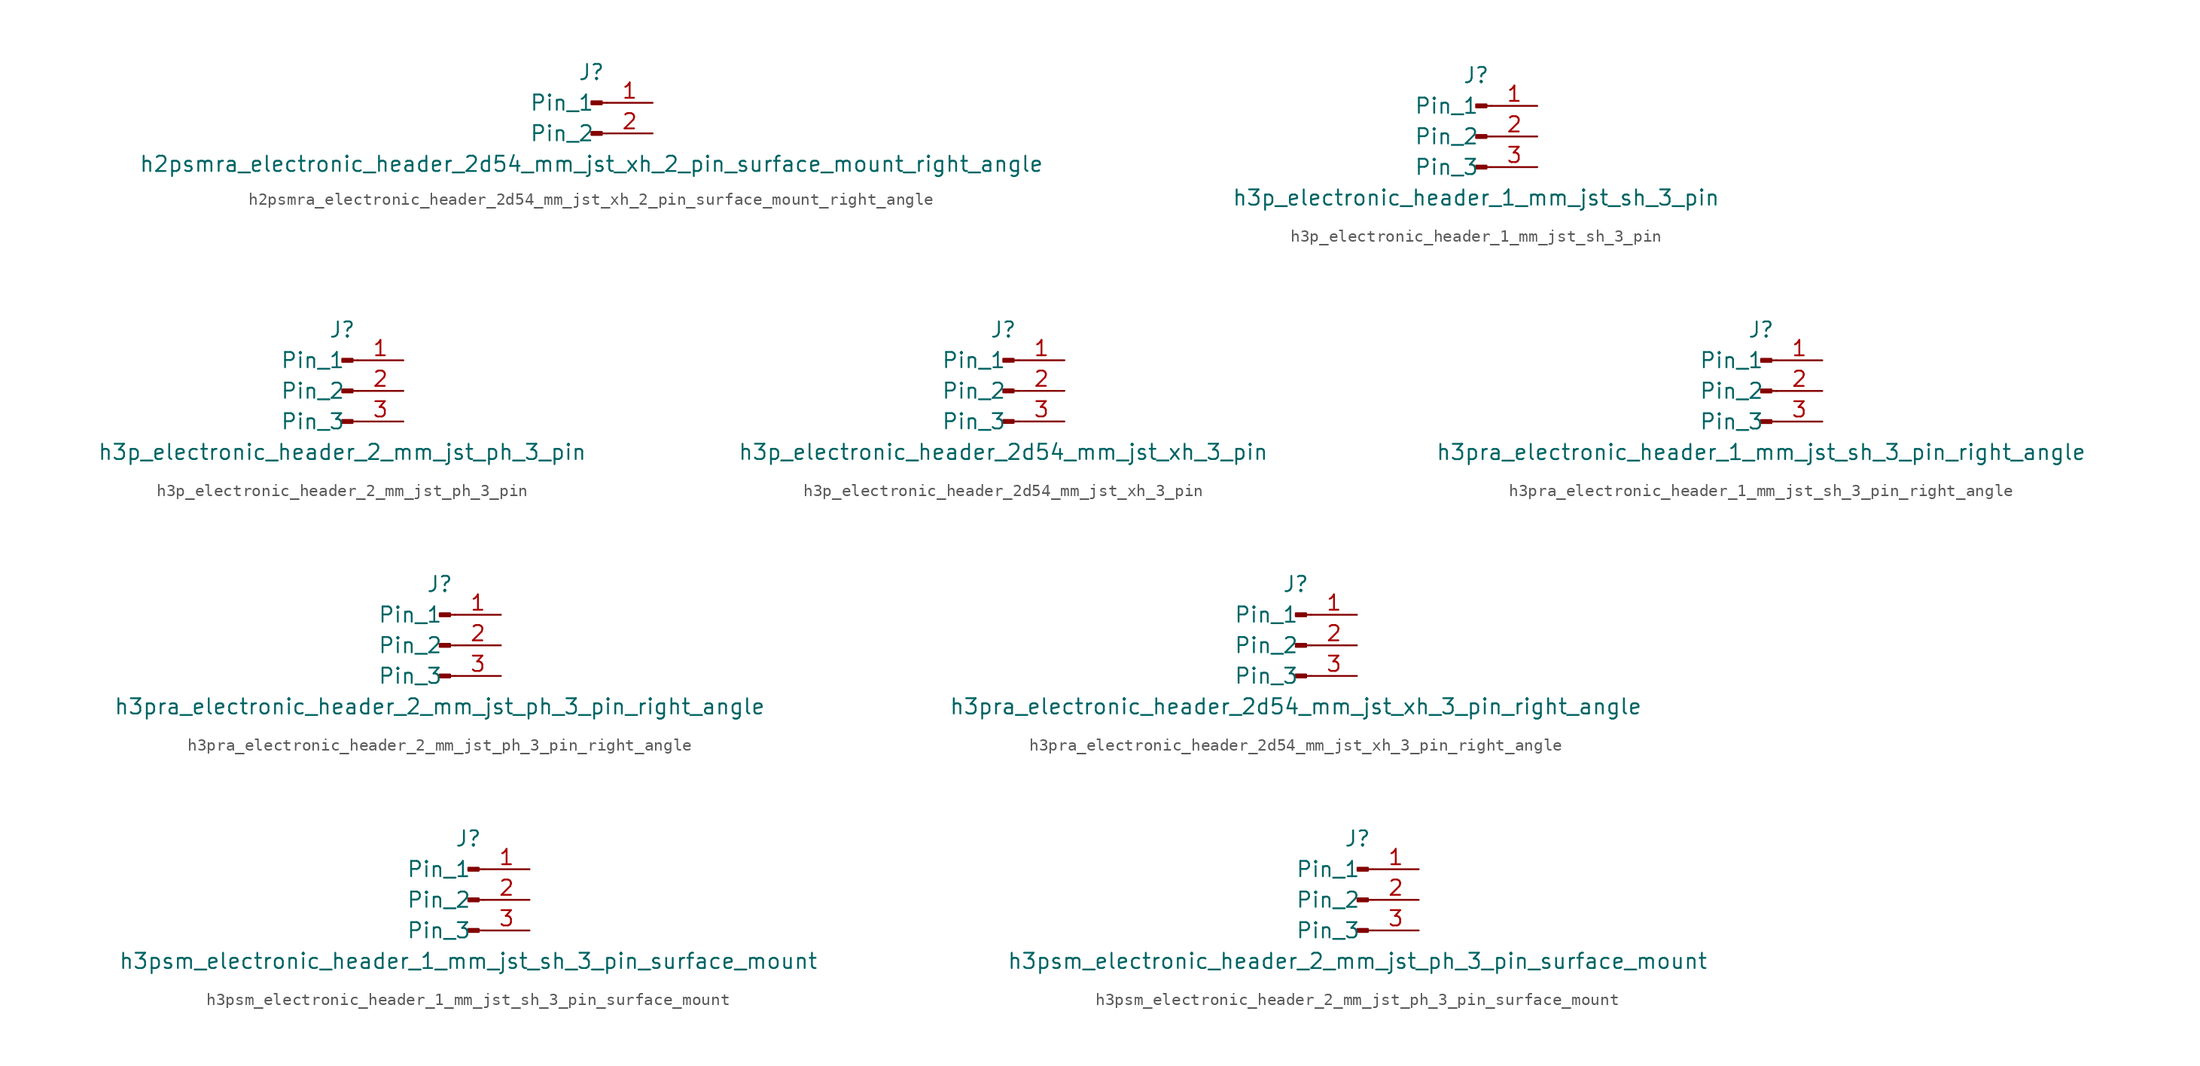
<source format=kicad_sym>
(kicad_symbol_lib
  (version 20220914)
  (generator kicad_symbol_editor)
  (symbol "h2psmra_electronic_header_2d54_mm_jst_xh_2_pin_surface_mount_right_angle"
    (pin_names
      (offset 1.016))
    (property "Reference" "J"
      (at 0 2.54 0)
      (effects (font (size 1.27 1.27))))
    (property "Value" "h2psmra_electronic_header_2d54_mm_jst_xh_2_pin_surface_mount_right_angle"
      (at 0 -5.08 0)
      (effects (font (size 1.27 1.27))))
    (property "ki_locked" ""
      (at 0 0 0)
      (effects (font (size 1.27 1.27))))
    (symbol "h2psmra_electronic_header_2d54_mm_jst_xh_2_pin_surface_mount_right_angle_1_1"
      (polyline (pts (xy 1.27 -2.54) (xy 0.864 -2.54)) (stroke (width 0.152) (type default)) (fill (type none)))
      (polyline (pts (xy 1.27 0) (xy 0.864 0)) (stroke (width 0.152) (type default)) (fill (type none)))
      (rectangle (start 0.864 -2.413) (end 0 -2.667) (stroke (width 0.152) (type default)) (fill (type outline)))
      (rectangle (start 0.864 0.127) (end 0 -0.127) (stroke (width 0.152) (type default)) (fill (type outline)))
      (pin passive line (at 5.08 0 180) (length 3.81) (name "Pin_1" (effects (font (size 1.27 1.27)))) (number "1" (effects (font (size 1.27 1.27)))))
      (pin passive line (at 5.08 -2.54 180) (length 3.81) (name "Pin_2" (effects (font (size 1.27 1.27)))) (number "2" (effects (font (size 1.27 1.27)))))))
  (symbol "h3p_electronic_header_1_mm_jst_sh_3_pin"
    (pin_names
      (offset 1.016))
    (property "Reference" "J"
      (at 0 5.08 0)
      (effects (font (size 1.27 1.27))))
    (property "Value" "h3p_electronic_header_1_mm_jst_sh_3_pin"
      (at 0 -5.08 0)
      (effects (font (size 1.27 1.27))))
    (property "ki_locked" ""
      (at 0 0 0)
      (effects (font (size 1.27 1.27))))
    (symbol "h3p_electronic_header_1_mm_jst_sh_3_pin_1_1"
      (polyline (pts (xy 1.27 -2.54) (xy 0.864 -2.54)) (stroke (width 0.152) (type default)) (fill (type none)))
      (polyline (pts (xy 1.27 0) (xy 0.864 0)) (stroke (width 0.152) (type default)) (fill (type none)))
      (polyline (pts (xy 1.27 2.54) (xy 0.864 2.54)) (stroke (width 0.152) (type default)) (fill (type none)))
      (rectangle (start 0.864 -2.413) (end 0 -2.667) (stroke (width 0.152) (type default)) (fill (type outline)))
      (rectangle (start 0.864 0.127) (end 0 -0.127) (stroke (width 0.152) (type default)) (fill (type outline)))
      (rectangle (start 0.864 2.667) (end 0 2.413) (stroke (width 0.152) (type default)) (fill (type outline)))
      (pin passive line (at 5.08 2.54 180) (length 3.81) (name "Pin_1" (effects (font (size 1.27 1.27)))) (number "1" (effects (font (size 1.27 1.27)))))
      (pin passive line (at 5.08 0 180) (length 3.81) (name "Pin_2" (effects (font (size 1.27 1.27)))) (number "2" (effects (font (size 1.27 1.27)))))
      (pin passive line (at 5.08 -2.54 180) (length 3.81) (name "Pin_3" (effects (font (size 1.27 1.27)))) (number "3" (effects (font (size 1.27 1.27)))))))
  (symbol "h3p_electronic_header_2_mm_jst_ph_3_pin"
    (pin_names
      (offset 1.016))
    (property "Reference" "J"
      (at 0 5.08 0)
      (effects (font (size 1.27 1.27))))
    (property "Value" "h3p_electronic_header_2_mm_jst_ph_3_pin"
      (at 0 -5.08 0)
      (effects (font (size 1.27 1.27))))
    (property "ki_locked" ""
      (at 0 0 0)
      (effects (font (size 1.27 1.27))))
    (symbol "h3p_electronic_header_2_mm_jst_ph_3_pin_1_1"
      (polyline (pts (xy 1.27 -2.54) (xy 0.864 -2.54)) (stroke (width 0.152) (type default)) (fill (type none)))
      (polyline (pts (xy 1.27 0) (xy 0.864 0)) (stroke (width 0.152) (type default)) (fill (type none)))
      (polyline (pts (xy 1.27 2.54) (xy 0.864 2.54)) (stroke (width 0.152) (type default)) (fill (type none)))
      (rectangle (start 0.864 -2.413) (end 0 -2.667) (stroke (width 0.152) (type default)) (fill (type outline)))
      (rectangle (start 0.864 0.127) (end 0 -0.127) (stroke (width 0.152) (type default)) (fill (type outline)))
      (rectangle (start 0.864 2.667) (end 0 2.413) (stroke (width 0.152) (type default)) (fill (type outline)))
      (pin passive line (at 5.08 2.54 180) (length 3.81) (name "Pin_1" (effects (font (size 1.27 1.27)))) (number "1" (effects (font (size 1.27 1.27)))))
      (pin passive line (at 5.08 0 180) (length 3.81) (name "Pin_2" (effects (font (size 1.27 1.27)))) (number "2" (effects (font (size 1.27 1.27)))))
      (pin passive line (at 5.08 -2.54 180) (length 3.81) (name "Pin_3" (effects (font (size 1.27 1.27)))) (number "3" (effects (font (size 1.27 1.27)))))))
  (symbol "h3p_electronic_header_2d54_mm_jst_xh_3_pin"
    (pin_names
      (offset 1.016))
    (property "Reference" "J"
      (at 0 5.08 0)
      (effects (font (size 1.27 1.27))))
    (property "Value" "h3p_electronic_header_2d54_mm_jst_xh_3_pin"
      (at 0 -5.08 0)
      (effects (font (size 1.27 1.27))))
    (property "ki_locked" ""
      (at 0 0 0)
      (effects (font (size 1.27 1.27))))
    (symbol "h3p_electronic_header_2d54_mm_jst_xh_3_pin_1_1"
      (polyline (pts (xy 1.27 -2.54) (xy 0.864 -2.54)) (stroke (width 0.152) (type default)) (fill (type none)))
      (polyline (pts (xy 1.27 0) (xy 0.864 0)) (stroke (width 0.152) (type default)) (fill (type none)))
      (polyline (pts (xy 1.27 2.54) (xy 0.864 2.54)) (stroke (width 0.152) (type default)) (fill (type none)))
      (rectangle (start 0.864 -2.413) (end 0 -2.667) (stroke (width 0.152) (type default)) (fill (type outline)))
      (rectangle (start 0.864 0.127) (end 0 -0.127) (stroke (width 0.152) (type default)) (fill (type outline)))
      (rectangle (start 0.864 2.667) (end 0 2.413) (stroke (width 0.152) (type default)) (fill (type outline)))
      (pin passive line (at 5.08 2.54 180) (length 3.81) (name "Pin_1" (effects (font (size 1.27 1.27)))) (number "1" (effects (font (size 1.27 1.27)))))
      (pin passive line (at 5.08 0 180) (length 3.81) (name "Pin_2" (effects (font (size 1.27 1.27)))) (number "2" (effects (font (size 1.27 1.27)))))
      (pin passive line (at 5.08 -2.54 180) (length 3.81) (name "Pin_3" (effects (font (size 1.27 1.27)))) (number "3" (effects (font (size 1.27 1.27)))))))
  (symbol "h3pra_electronic_header_1_mm_jst_sh_3_pin_right_angle"
    (pin_names
      (offset 1.016))
    (property "Reference" "J"
      (at 0 5.08 0)
      (effects (font (size 1.27 1.27))))
    (property "Value" "h3pra_electronic_header_1_mm_jst_sh_3_pin_right_angle"
      (at 0 -5.08 0)
      (effects (font (size 1.27 1.27))))
    (property "ki_locked" ""
      (at 0 0 0)
      (effects (font (size 1.27 1.27))))
    (symbol "h3pra_electronic_header_1_mm_jst_sh_3_pin_right_angle_1_1"
      (polyline (pts (xy 1.27 -2.54) (xy 0.864 -2.54)) (stroke (width 0.152) (type default)) (fill (type none)))
      (polyline (pts (xy 1.27 0) (xy 0.864 0)) (stroke (width 0.152) (type default)) (fill (type none)))
      (polyline (pts (xy 1.27 2.54) (xy 0.864 2.54)) (stroke (width 0.152) (type default)) (fill (type none)))
      (rectangle (start 0.864 -2.413) (end 0 -2.667) (stroke (width 0.152) (type default)) (fill (type outline)))
      (rectangle (start 0.864 0.127) (end 0 -0.127) (stroke (width 0.152) (type default)) (fill (type outline)))
      (rectangle (start 0.864 2.667) (end 0 2.413) (stroke (width 0.152) (type default)) (fill (type outline)))
      (pin passive line (at 5.08 2.54 180) (length 3.81) (name "Pin_1" (effects (font (size 1.27 1.27)))) (number "1" (effects (font (size 1.27 1.27)))))
      (pin passive line (at 5.08 0 180) (length 3.81) (name "Pin_2" (effects (font (size 1.27 1.27)))) (number "2" (effects (font (size 1.27 1.27)))))
      (pin passive line (at 5.08 -2.54 180) (length 3.81) (name "Pin_3" (effects (font (size 1.27 1.27)))) (number "3" (effects (font (size 1.27 1.27)))))))
  (symbol "h3pra_electronic_header_2_mm_jst_ph_3_pin_right_angle"
    (pin_names
      (offset 1.016))
    (property "Reference" "J"
      (at 0 5.08 0)
      (effects (font (size 1.27 1.27))))
    (property "Value" "h3pra_electronic_header_2_mm_jst_ph_3_pin_right_angle"
      (at 0 -5.08 0)
      (effects (font (size 1.27 1.27))))
    (property "ki_locked" ""
      (at 0 0 0)
      (effects (font (size 1.27 1.27))))
    (symbol "h3pra_electronic_header_2_mm_jst_ph_3_pin_right_angle_1_1"
      (polyline (pts (xy 1.27 -2.54) (xy 0.864 -2.54)) (stroke (width 0.152) (type default)) (fill (type none)))
      (polyline (pts (xy 1.27 0) (xy 0.864 0)) (stroke (width 0.152) (type default)) (fill (type none)))
      (polyline (pts (xy 1.27 2.54) (xy 0.864 2.54)) (stroke (width 0.152) (type default)) (fill (type none)))
      (rectangle (start 0.864 -2.413) (end 0 -2.667) (stroke (width 0.152) (type default)) (fill (type outline)))
      (rectangle (start 0.864 0.127) (end 0 -0.127) (stroke (width 0.152) (type default)) (fill (type outline)))
      (rectangle (start 0.864 2.667) (end 0 2.413) (stroke (width 0.152) (type default)) (fill (type outline)))
      (pin passive line (at 5.08 2.54 180) (length 3.81) (name "Pin_1" (effects (font (size 1.27 1.27)))) (number "1" (effects (font (size 1.27 1.27)))))
      (pin passive line (at 5.08 0 180) (length 3.81) (name "Pin_2" (effects (font (size 1.27 1.27)))) (number "2" (effects (font (size 1.27 1.27)))))
      (pin passive line (at 5.08 -2.54 180) (length 3.81) (name "Pin_3" (effects (font (size 1.27 1.27)))) (number "3" (effects (font (size 1.27 1.27)))))))
  (symbol "h3pra_electronic_header_2d54_mm_jst_xh_3_pin_right_angle"
    (pin_names
      (offset 1.016))
    (property "Reference" "J"
      (at 0 5.08 0)
      (effects (font (size 1.27 1.27))))
    (property "Value" "h3pra_electronic_header_2d54_mm_jst_xh_3_pin_right_angle"
      (at 0 -5.08 0)
      (effects (font (size 1.27 1.27))))
    (property "ki_locked" ""
      (at 0 0 0)
      (effects (font (size 1.27 1.27))))
    (symbol "h3pra_electronic_header_2d54_mm_jst_xh_3_pin_right_angle_1_1"
      (polyline (pts (xy 1.27 -2.54) (xy 0.864 -2.54)) (stroke (width 0.152) (type default)) (fill (type none)))
      (polyline (pts (xy 1.27 0) (xy 0.864 0)) (stroke (width 0.152) (type default)) (fill (type none)))
      (polyline (pts (xy 1.27 2.54) (xy 0.864 2.54)) (stroke (width 0.152) (type default)) (fill (type none)))
      (rectangle (start 0.864 -2.413) (end 0 -2.667) (stroke (width 0.152) (type default)) (fill (type outline)))
      (rectangle (start 0.864 0.127) (end 0 -0.127) (stroke (width 0.152) (type default)) (fill (type outline)))
      (rectangle (start 0.864 2.667) (end 0 2.413) (stroke (width 0.152) (type default)) (fill (type outline)))
      (pin passive line (at 5.08 2.54 180) (length 3.81) (name "Pin_1" (effects (font (size 1.27 1.27)))) (number "1" (effects (font (size 1.27 1.27)))))
      (pin passive line (at 5.08 0 180) (length 3.81) (name "Pin_2" (effects (font (size 1.27 1.27)))) (number "2" (effects (font (size 1.27 1.27)))))
      (pin passive line (at 5.08 -2.54 180) (length 3.81) (name "Pin_3" (effects (font (size 1.27 1.27)))) (number "3" (effects (font (size 1.27 1.27)))))))
  (symbol "h3psm_electronic_header_1_mm_jst_sh_3_pin_surface_mount"
    (pin_names
      (offset 1.016))
    (property "Reference" "J"
      (at 0 5.08 0)
      (effects (font (size 1.27 1.27))))
    (property "Value" "h3psm_electronic_header_1_mm_jst_sh_3_pin_surface_mount"
      (at 0 -5.08 0)
      (effects (font (size 1.27 1.27))))
    (property "ki_locked" ""
      (at 0 0 0)
      (effects (font (size 1.27 1.27))))
    (symbol "h3psm_electronic_header_1_mm_jst_sh_3_pin_surface_mount_1_1"
      (polyline (pts (xy 1.27 -2.54) (xy 0.864 -2.54)) (stroke (width 0.152) (type default)) (fill (type none)))
      (polyline (pts (xy 1.27 0) (xy 0.864 0)) (stroke (width 0.152) (type default)) (fill (type none)))
      (polyline (pts (xy 1.27 2.54) (xy 0.864 2.54)) (stroke (width 0.152) (type default)) (fill (type none)))
      (rectangle (start 0.864 -2.413) (end 0 -2.667) (stroke (width 0.152) (type default)) (fill (type outline)))
      (rectangle (start 0.864 0.127) (end 0 -0.127) (stroke (width 0.152) (type default)) (fill (type outline)))
      (rectangle (start 0.864 2.667) (end 0 2.413) (stroke (width 0.152) (type default)) (fill (type outline)))
      (pin passive line (at 5.08 2.54 180) (length 3.81) (name "Pin_1" (effects (font (size 1.27 1.27)))) (number "1" (effects (font (size 1.27 1.27)))))
      (pin passive line (at 5.08 0 180) (length 3.81) (name "Pin_2" (effects (font (size 1.27 1.27)))) (number "2" (effects (font (size 1.27 1.27)))))
      (pin passive line (at 5.08 -2.54 180) (length 3.81) (name "Pin_3" (effects (font (size 1.27 1.27)))) (number "3" (effects (font (size 1.27 1.27)))))))
  (symbol "h3psm_electronic_header_2_mm_jst_ph_3_pin_surface_mount"
    (pin_names
      (offset 1.016))
    (property "Reference" "J"
      (at 0 5.08 0)
      (effects (font (size 1.27 1.27))))
    (property "Value" "h3psm_electronic_header_2_mm_jst_ph_3_pin_surface_mount"
      (at 0 -5.08 0)
      (effects (font (size 1.27 1.27))))
    (property "ki_locked" ""
      (at 0 0 0)
      (effects (font (size 1.27 1.27))))
    (symbol "h3psm_electronic_header_2_mm_jst_ph_3_pin_surface_mount_1_1"
      (polyline (pts (xy 1.27 -2.54) (xy 0.864 -2.54)) (stroke (width 0.152) (type default)) (fill (type none)))
      (polyline (pts (xy 1.27 0) (xy 0.864 0)) (stroke (width 0.152) (type default)) (fill (type none)))
      (polyline (pts (xy 1.27 2.54) (xy 0.864 2.54)) (stroke (width 0.152) (type default)) (fill (type none)))
      (rectangle (start 0.864 -2.413) (end 0 -2.667) (stroke (width 0.152) (type default)) (fill (type outline)))
      (rectangle (start 0.864 0.127) (end 0 -0.127) (stroke (width 0.152) (type default)) (fill (type outline)))
      (rectangle (start 0.864 2.667) (end 0 2.413) (stroke (width 0.152) (type default)) (fill (type outline)))
      (pin passive line (at 5.08 2.54 180) (length 3.81) (name "Pin_1" (effects (font (size 1.27 1.27)))) (number "1" (effects (font (size 1.27 1.27)))))
      (pin passive line (at 5.08 0 180) (length 3.81) (name "Pin_2" (effects (font (size 1.27 1.27)))) (number "2" (effects (font (size 1.27 1.27)))))
      (pin passive line (at 5.08 -2.54 180) (length 3.81) (name "Pin_3" (effects (font (size 1.27 1.27)))) (number "3" (effects (font (size 1.27 1.27))))))))
</source>
